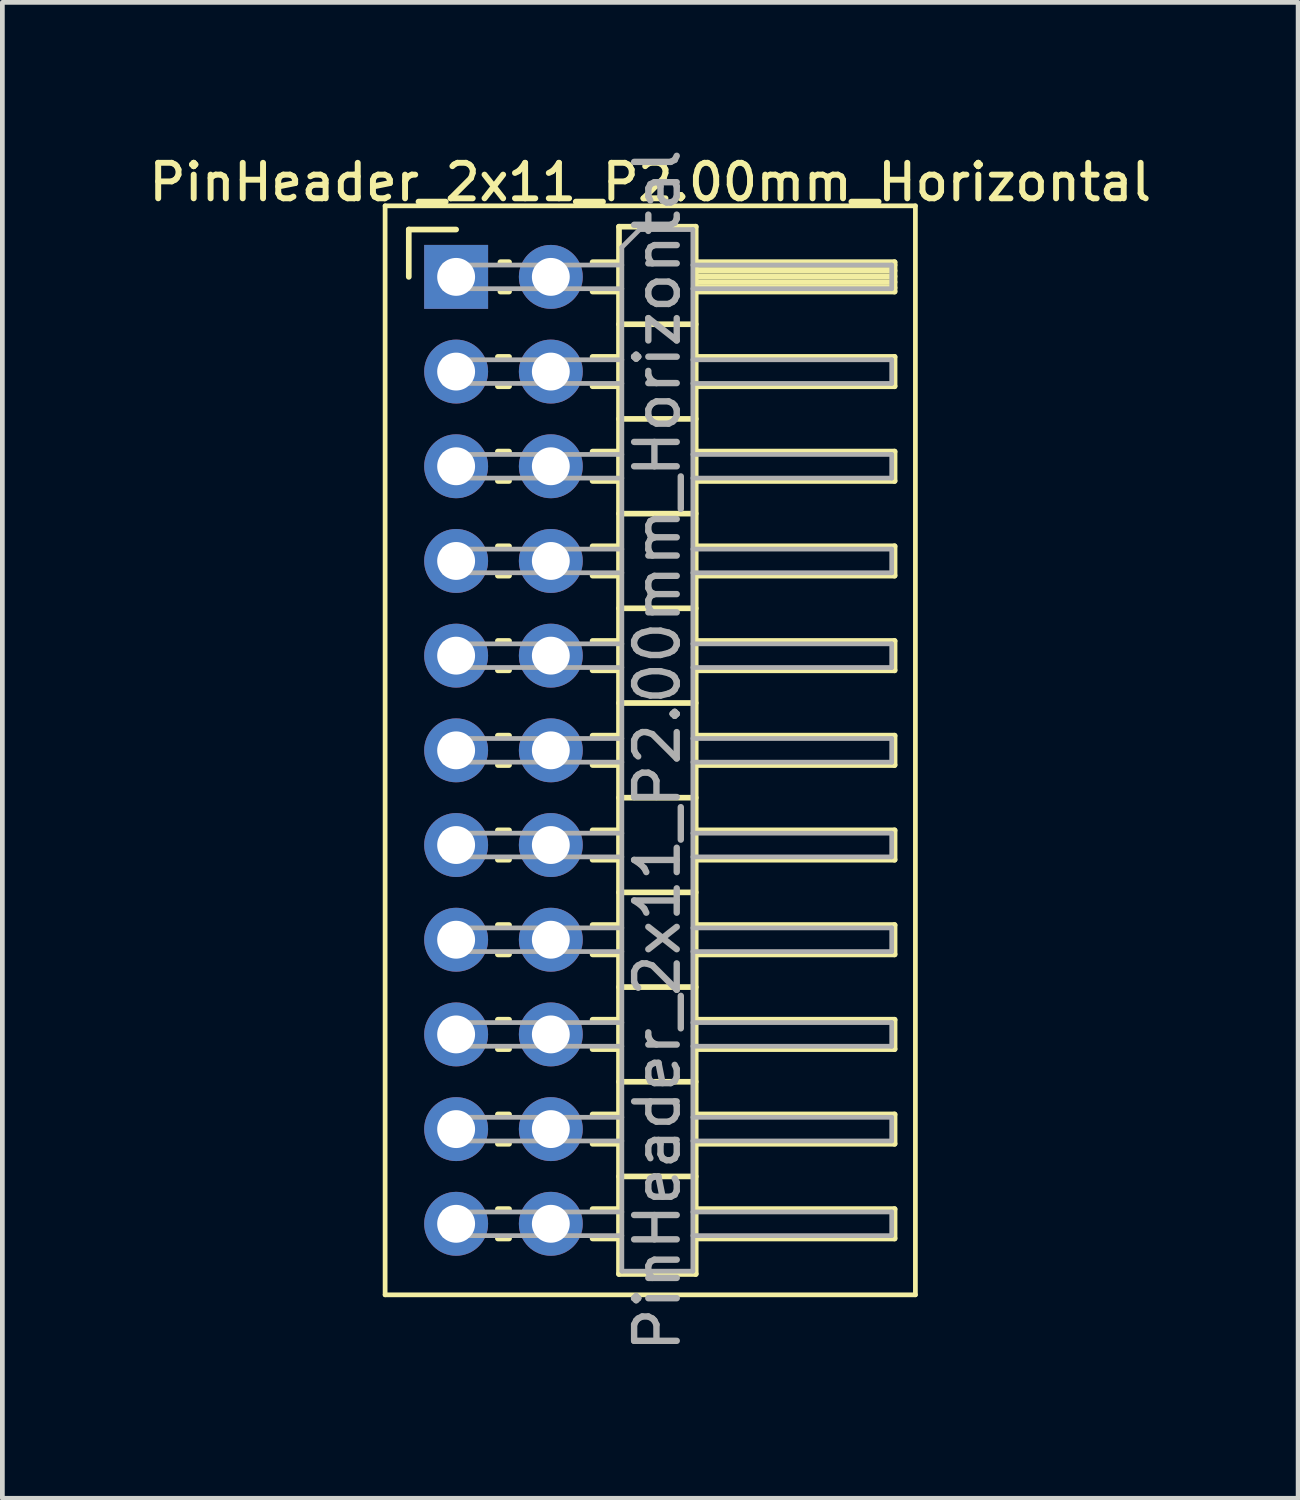
<source format=kicad_pcb>
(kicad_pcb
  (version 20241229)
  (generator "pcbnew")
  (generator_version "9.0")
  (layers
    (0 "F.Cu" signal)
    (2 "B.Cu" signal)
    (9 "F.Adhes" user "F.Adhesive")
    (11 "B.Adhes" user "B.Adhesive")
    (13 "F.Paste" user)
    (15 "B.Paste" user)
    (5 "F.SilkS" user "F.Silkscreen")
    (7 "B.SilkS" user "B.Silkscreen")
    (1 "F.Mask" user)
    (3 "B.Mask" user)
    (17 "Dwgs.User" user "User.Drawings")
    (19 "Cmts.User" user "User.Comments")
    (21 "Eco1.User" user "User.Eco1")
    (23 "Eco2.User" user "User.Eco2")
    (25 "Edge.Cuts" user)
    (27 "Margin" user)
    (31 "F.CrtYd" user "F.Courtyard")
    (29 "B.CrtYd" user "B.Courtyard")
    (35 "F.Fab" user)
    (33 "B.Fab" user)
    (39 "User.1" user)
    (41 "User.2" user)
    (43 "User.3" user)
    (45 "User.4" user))
  (footprint "PinHeader_2x11_P2.00mm_Horizontal"
    (layer "F.Cu")
    (at 6.584 2.798)
    (property "Reference" "PinHeader_2x11_P2.00mm_Horizontal" (at 4.1 -2 0) (layer "F.SilkS") (effects (font (size 0.75 0.75) (thickness 0.125))))
    (attr through_hole)
    (fp_line (start -1.5 -1.5) (end -1.5 21.5) (stroke (width 0.1) (type solid)) (layer "F.SilkS"))
    (fp_line (start -1.5 21.5) (end 9.7 21.5) (stroke (width 0.1) (type solid)) (layer "F.SilkS"))
    (fp_line (start -1 -1) (end 0 -1) (stroke (width 0.12) (type solid)) (layer "F.SilkS"))
    (fp_line (start -1 0) (end -1 -1) (stroke (width 0.12) (type solid)) (layer "F.SilkS"))
    (fp_line (start 0.882 1.69) (end 1.118 1.69) (stroke (width 0.12) (type solid)) (layer "F.SilkS"))
    (fp_line (start 0.882 2.31) (end 1.118 2.31) (stroke (width 0.12) (type solid)) (layer "F.SilkS"))
    (fp_line (start 0.882 3.69) (end 1.118 3.69) (stroke (width 0.12) (type solid)) (layer "F.SilkS"))
    (fp_line (start 0.882 4.31) (end 1.118 4.31) (stroke (width 0.12) (type solid)) (layer "F.SilkS"))
    (fp_line (start 0.882 5.69) (end 1.118 5.69) (stroke (width 0.12) (type solid)) (layer "F.SilkS"))
    (fp_line (start 0.882 6.31) (end 1.118 6.31) (stroke (width 0.12) (type solid)) (layer "F.SilkS"))
    (fp_line (start 0.882 7.69) (end 1.118 7.69) (stroke (width 0.12) (type solid)) (layer "F.SilkS"))
    (fp_line (start 0.882 8.31) (end 1.118 8.31) (stroke (width 0.12) (type solid)) (layer "F.SilkS"))
    (fp_line (start 0.882 9.69) (end 1.118 9.69) (stroke (width 0.12) (type solid)) (layer "F.SilkS"))
    (fp_line (start 0.882 10.31) (end 1.118 10.31) (stroke (width 0.12) (type solid)) (layer "F.SilkS"))
    (fp_line (start 0.882 11.69) (end 1.118 11.69) (stroke (width 0.12) (type solid)) (layer "F.SilkS"))
    (fp_line (start 0.882 12.31) (end 1.118 12.31) (stroke (width 0.12) (type solid)) (layer "F.SilkS"))
    (fp_line (start 0.882 13.69) (end 1.118 13.69) (stroke (width 0.12) (type solid)) (layer "F.SilkS"))
    (fp_line (start 0.882 14.31) (end 1.118 14.31) (stroke (width 0.12) (type solid)) (layer "F.SilkS"))
    (fp_line (start 0.882 15.69) (end 1.118 15.69) (stroke (width 0.12) (type solid)) (layer "F.SilkS"))
    (fp_line (start 0.882 16.31) (end 1.118 16.31) (stroke (width 0.12) (type solid)) (layer "F.SilkS"))
    (fp_line (start 0.882 17.69) (end 1.118 17.69) (stroke (width 0.12) (type solid)) (layer "F.SilkS"))
    (fp_line (start 0.882 18.31) (end 1.118 18.31) (stroke (width 0.12) (type solid)) (layer "F.SilkS"))
    (fp_line (start 0.882 19.69) (end 1.118 19.69) (stroke (width 0.12) (type solid)) (layer "F.SilkS"))
    (fp_line (start 0.882 20.31) (end 1.118 20.31) (stroke (width 0.12) (type solid)) (layer "F.SilkS"))
    (fp_line (start 0.935 -0.31) (end 1.118 -0.31) (stroke (width 0.12) (type solid)) (layer "F.SilkS"))
    (fp_line (start 0.935 0.31) (end 1.118 0.31) (stroke (width 0.12) (type solid)) (layer "F.SilkS"))
    (fp_line (start 2.882 -0.31) (end 3.44 -0.31) (stroke (width 0.12) (type solid)) (layer "F.SilkS"))
    (fp_line (start 2.882 0.31) (end 3.44 0.31) (stroke (width 0.12) (type solid)) (layer "F.SilkS"))
    (fp_line (start 2.882 1.69) (end 3.44 1.69) (stroke (width 0.12) (type solid)) (layer "F.SilkS"))
    (fp_line (start 2.882 2.31) (end 3.44 2.31) (stroke (width 0.12) (type solid)) (layer "F.SilkS"))
    (fp_line (start 2.882 3.69) (end 3.44 3.69) (stroke (width 0.12) (type solid)) (layer "F.SilkS"))
    (fp_line (start 2.882 4.31) (end 3.44 4.31) (stroke (width 0.12) (type solid)) (layer "F.SilkS"))
    (fp_line (start 2.882 5.69) (end 3.44 5.69) (stroke (width 0.12) (type solid)) (layer "F.SilkS"))
    (fp_line (start 2.882 6.31) (end 3.44 6.31) (stroke (width 0.12) (type solid)) (layer "F.SilkS"))
    (fp_line (start 2.882 7.69) (end 3.44 7.69) (stroke (width 0.12) (type solid)) (layer "F.SilkS"))
    (fp_line (start 2.882 8.31) (end 3.44 8.31) (stroke (width 0.12) (type solid)) (layer "F.SilkS"))
    (fp_line (start 2.882 9.69) (end 3.44 9.69) (stroke (width 0.12) (type solid)) (layer "F.SilkS"))
    (fp_line (start 2.882 10.31) (end 3.44 10.31) (stroke (width 0.12) (type solid)) (layer "F.SilkS"))
    (fp_line (start 2.882 11.69) (end 3.44 11.69) (stroke (width 0.12) (type solid)) (layer "F.SilkS"))
    (fp_line (start 2.882 12.31) (end 3.44 12.31) (stroke (width 0.12) (type solid)) (layer "F.SilkS"))
    (fp_line (start 2.882 13.69) (end 3.44 13.69) (stroke (width 0.12) (type solid)) (layer "F.SilkS"))
    (fp_line (start 2.882 14.31) (end 3.44 14.31) (stroke (width 0.12) (type solid)) (layer "F.SilkS"))
    (fp_line (start 2.882 15.69) (end 3.44 15.69) (stroke (width 0.12) (type solid)) (layer "F.SilkS"))
    (fp_line (start 2.882 16.31) (end 3.44 16.31) (stroke (width 0.12) (type solid)) (layer "F.SilkS"))
    (fp_line (start 2.882 17.69) (end 3.44 17.69) (stroke (width 0.12) (type solid)) (layer "F.SilkS"))
    (fp_line (start 2.882 18.31) (end 3.44 18.31) (stroke (width 0.12) (type solid)) (layer "F.SilkS"))
    (fp_line (start 2.882 19.69) (end 3.44 19.69) (stroke (width 0.12) (type solid)) (layer "F.SilkS"))
    (fp_line (start 2.882 20.31) (end 3.44 20.31) (stroke (width 0.12) (type solid)) (layer "F.SilkS"))
    (fp_line (start 3.44 -1.06) (end 3.44 21.06) (stroke (width 0.12) (type solid)) (layer "F.SilkS"))
    (fp_line (start 3.44 1) (end 5.06 1) (stroke (width 0.12) (type solid)) (layer "F.SilkS"))
    (fp_line (start 3.44 3) (end 5.06 3) (stroke (width 0.12) (type solid)) (layer "F.SilkS"))
    (fp_line (start 3.44 5) (end 5.06 5) (stroke (width 0.12) (type solid)) (layer "F.SilkS"))
    (fp_line (start 3.44 7) (end 5.06 7) (stroke (width 0.12) (type solid)) (layer "F.SilkS"))
    (fp_line (start 3.44 9) (end 5.06 9) (stroke (width 0.12) (type solid)) (layer "F.SilkS"))
    (fp_line (start 3.44 11) (end 5.06 11) (stroke (width 0.12) (type solid)) (layer "F.SilkS"))
    (fp_line (start 3.44 13) (end 5.06 13) (stroke (width 0.12) (type solid)) (layer "F.SilkS"))
    (fp_line (start 3.44 15) (end 5.06 15) (stroke (width 0.12) (type solid)) (layer "F.SilkS"))
    (fp_line (start 3.44 17) (end 5.06 17) (stroke (width 0.12) (type solid)) (layer "F.SilkS"))
    (fp_line (start 3.44 19) (end 5.06 19) (stroke (width 0.12) (type solid)) (layer "F.SilkS"))
    (fp_line (start 3.44 21.06) (end 5.06 21.06) (stroke (width 0.12) (type solid)) (layer "F.SilkS"))
    (fp_line (start 5.06 -1.06) (end 3.44 -1.06) (stroke (width 0.12) (type solid)) (layer "F.SilkS"))
    (fp_line (start 5.06 -0.31) (end 9.26 -0.31) (stroke (width 0.12) (type solid)) (layer "F.SilkS"))
    (fp_line (start 5.06 -0.25) (end 9.26 -0.25) (stroke (width 0.12) (type solid)) (layer "F.SilkS"))
    (fp_line (start 5.06 -0.13) (end 9.26 -0.13) (stroke (width 0.12) (type solid)) (layer "F.SilkS"))
    (fp_line (start 5.06 -0.01) (end 9.26 -0.01) (stroke (width 0.12) (type solid)) (layer "F.SilkS"))
    (fp_line (start 5.06 0.11) (end 9.26 0.11) (stroke (width 0.12) (type solid)) (layer "F.SilkS"))
    (fp_line (start 5.06 0.23) (end 9.26 0.23) (stroke (width 0.12) (type solid)) (layer "F.SilkS"))
    (fp_line (start 5.06 1.69) (end 9.26 1.69) (stroke (width 0.12) (type solid)) (layer "F.SilkS"))
    (fp_line (start 5.06 3.69) (end 9.26 3.69) (stroke (width 0.12) (type solid)) (layer "F.SilkS"))
    (fp_line (start 5.06 5.69) (end 9.26 5.69) (stroke (width 0.12) (type solid)) (layer "F.SilkS"))
    (fp_line (start 5.06 7.69) (end 9.26 7.69) (stroke (width 0.12) (type solid)) (layer "F.SilkS"))
    (fp_line (start 5.06 9.69) (end 9.26 9.69) (stroke (width 0.12) (type solid)) (layer "F.SilkS"))
    (fp_line (start 5.06 11.69) (end 9.26 11.69) (stroke (width 0.12) (type solid)) (layer "F.SilkS"))
    (fp_line (start 5.06 13.69) (end 9.26 13.69) (stroke (width 0.12) (type solid)) (layer "F.SilkS"))
    (fp_line (start 5.06 15.69) (end 9.26 15.69) (stroke (width 0.12) (type solid)) (layer "F.SilkS"))
    (fp_line (start 5.06 17.69) (end 9.26 17.69) (stroke (width 0.12) (type solid)) (layer "F.SilkS"))
    (fp_line (start 5.06 19.69) (end 9.26 19.69) (stroke (width 0.12) (type solid)) (layer "F.SilkS"))
    (fp_line (start 5.06 21.06) (end 5.06 -1.06) (stroke (width 0.12) (type solid)) (layer "F.SilkS"))
    (fp_line (start 9.26 -0.31) (end 9.26 0.31) (stroke (width 0.12) (type solid)) (layer "F.SilkS"))
    (fp_line (start 9.26 0.31) (end 5.06 0.31) (stroke (width 0.12) (type solid)) (layer "F.SilkS"))
    (fp_line (start 9.26 1.69) (end 9.26 2.31) (stroke (width 0.12) (type solid)) (layer "F.SilkS"))
    (fp_line (start 9.26 2.31) (end 5.06 2.31) (stroke (width 0.12) (type solid)) (layer "F.SilkS"))
    (fp_line (start 9.26 3.69) (end 9.26 4.31) (stroke (width 0.12) (type solid)) (layer "F.SilkS"))
    (fp_line (start 9.26 4.31) (end 5.06 4.31) (stroke (width 0.12) (type solid)) (layer "F.SilkS"))
    (fp_line (start 9.26 5.69) (end 9.26 6.31) (stroke (width 0.12) (type solid)) (layer "F.SilkS"))
    (fp_line (start 9.26 6.31) (end 5.06 6.31) (stroke (width 0.12) (type solid)) (layer "F.SilkS"))
    (fp_line (start 9.26 7.69) (end 9.26 8.31) (stroke (width 0.12) (type solid)) (layer "F.SilkS"))
    (fp_line (start 9.26 8.31) (end 5.06 8.31) (stroke (width 0.12) (type solid)) (layer "F.SilkS"))
    (fp_line (start 9.26 9.69) (end 9.26 10.31) (stroke (width 0.12) (type solid)) (layer "F.SilkS"))
    (fp_line (start 9.26 10.31) (end 5.06 10.31) (stroke (width 0.12) (type solid)) (layer "F.SilkS"))
    (fp_line (start 9.26 11.69) (end 9.26 12.31) (stroke (width 0.12) (type solid)) (layer "F.SilkS"))
    (fp_line (start 9.26 12.31) (end 5.06 12.31) (stroke (width 0.12) (type solid)) (layer "F.SilkS"))
    (fp_line (start 9.26 13.69) (end 9.26 14.31) (stroke (width 0.12) (type solid)) (layer "F.SilkS"))
    (fp_line (start 9.26 14.31) (end 5.06 14.31) (stroke (width 0.12) (type solid)) (layer "F.SilkS"))
    (fp_line (start 9.26 15.69) (end 9.26 16.31) (stroke (width 0.12) (type solid)) (layer "F.SilkS"))
    (fp_line (start 9.26 16.31) (end 5.06 16.31) (stroke (width 0.12) (type solid)) (layer "F.SilkS"))
    (fp_line (start 9.26 17.69) (end 9.26 18.31) (stroke (width 0.12) (type solid)) (layer "F.SilkS"))
    (fp_line (start 9.26 18.31) (end 5.06 18.31) (stroke (width 0.12) (type solid)) (layer "F.SilkS"))
    (fp_line (start 9.26 19.69) (end 9.26 20.31) (stroke (width 0.12) (type solid)) (layer "F.SilkS"))
    (fp_line (start 9.26 20.31) (end 5.06 20.31) (stroke (width 0.12) (type solid)) (layer "F.SilkS"))
    (fp_line (start 9.7 -1.5) (end -1.5 -1.5) (stroke (width 0.1) (type solid)) (layer "F.SilkS"))
    (fp_line (start 9.7 21.5) (end 9.7 -1.5) (stroke (width 0.1) (type solid)) (layer "F.SilkS"))
    (fp_line (start -0.25 -0.25) (end -0.25 0.25) (stroke (width 0.1) (type solid)) (layer "F.Fab"))
    (fp_line (start -0.25 -0.25) (end 3.5 -0.25) (stroke (width 0.1) (type solid)) (layer "F.Fab"))
    (fp_line (start -0.25 0.25) (end 3.5 0.25) (stroke (width 0.1) (type solid)) (layer "F.Fab"))
    (fp_line (start -0.25 1.75) (end -0.25 2.25) (stroke (width 0.1) (type solid)) (layer "F.Fab"))
    (fp_line (start -0.25 1.75) (end 3.5 1.75) (stroke (width 0.1) (type solid)) (layer "F.Fab"))
    (fp_line (start -0.25 2.25) (end 3.5 2.25) (stroke (width 0.1) (type solid)) (layer "F.Fab"))
    (fp_line (start -0.25 3.75) (end -0.25 4.25) (stroke (width 0.1) (type solid)) (layer "F.Fab"))
    (fp_line (start -0.25 3.75) (end 3.5 3.75) (stroke (width 0.1) (type solid)) (layer "F.Fab"))
    (fp_line (start -0.25 4.25) (end 3.5 4.25) (stroke (width 0.1) (type solid)) (layer "F.Fab"))
    (fp_line (start -0.25 5.75) (end -0.25 6.25) (stroke (width 0.1) (type solid)) (layer "F.Fab"))
    (fp_line (start -0.25 5.75) (end 3.5 5.75) (stroke (width 0.1) (type solid)) (layer "F.Fab"))
    (fp_line (start -0.25 6.25) (end 3.5 6.25) (stroke (width 0.1) (type solid)) (layer "F.Fab"))
    (fp_line (start -0.25 7.75) (end -0.25 8.25) (stroke (width 0.1) (type solid)) (layer "F.Fab"))
    (fp_line (start -0.25 7.75) (end 3.5 7.75) (stroke (width 0.1) (type solid)) (layer "F.Fab"))
    (fp_line (start -0.25 8.25) (end 3.5 8.25) (stroke (width 0.1) (type solid)) (layer "F.Fab"))
    (fp_line (start -0.25 9.75) (end -0.25 10.25) (stroke (width 0.1) (type solid)) (layer "F.Fab"))
    (fp_line (start -0.25 9.75) (end 3.5 9.75) (stroke (width 0.1) (type solid)) (layer "F.Fab"))
    (fp_line (start -0.25 10.25) (end 3.5 10.25) (stroke (width 0.1) (type solid)) (layer "F.Fab"))
    (fp_line (start -0.25 11.75) (end -0.25 12.25) (stroke (width 0.1) (type solid)) (layer "F.Fab"))
    (fp_line (start -0.25 11.75) (end 3.5 11.75) (stroke (width 0.1) (type solid)) (layer "F.Fab"))
    (fp_line (start -0.25 12.25) (end 3.5 12.25) (stroke (width 0.1) (type solid)) (layer "F.Fab"))
    (fp_line (start -0.25 13.75) (end -0.25 14.25) (stroke (width 0.1) (type solid)) (layer "F.Fab"))
    (fp_line (start -0.25 13.75) (end 3.5 13.75) (stroke (width 0.1) (type solid)) (layer "F.Fab"))
    (fp_line (start -0.25 14.25) (end 3.5 14.25) (stroke (width 0.1) (type solid)) (layer "F.Fab"))
    (fp_line (start -0.25 15.75) (end -0.25 16.25) (stroke (width 0.1) (type solid)) (layer "F.Fab"))
    (fp_line (start -0.25 15.75) (end 3.5 15.75) (stroke (width 0.1) (type solid)) (layer "F.Fab"))
    (fp_line (start -0.25 16.25) (end 3.5 16.25) (stroke (width 0.1) (type solid)) (layer "F.Fab"))
    (fp_line (start -0.25 17.75) (end -0.25 18.25) (stroke (width 0.1) (type solid)) (layer "F.Fab"))
    (fp_line (start -0.25 17.75) (end 3.5 17.75) (stroke (width 0.1) (type solid)) (layer "F.Fab"))
    (fp_line (start -0.25 18.25) (end 3.5 18.25) (stroke (width 0.1) (type solid)) (layer "F.Fab"))
    (fp_line (start -0.25 19.75) (end -0.25 20.25) (stroke (width 0.1) (type solid)) (layer "F.Fab"))
    (fp_line (start -0.25 19.75) (end 3.5 19.75) (stroke (width 0.1) (type solid)) (layer "F.Fab"))
    (fp_line (start -0.25 20.25) (end 3.5 20.25) (stroke (width 0.1) (type solid)) (layer "F.Fab"))
    (fp_line (start 3.5 -0.625) (end 3.875 -1) (stroke (width 0.1) (type solid)) (layer "F.Fab"))
    (fp_line (start 3.5 21) (end 3.5 -0.625) (stroke (width 0.1) (type solid)) (layer "F.Fab"))
    (fp_line (start 3.875 -1) (end 5 -1) (stroke (width 0.1) (type solid)) (layer "F.Fab"))
    (fp_line (start 5 -1) (end 5 21) (stroke (width 0.1) (type solid)) (layer "F.Fab"))
    (fp_line (start 5 -0.25) (end 9.2 -0.25) (stroke (width 0.1) (type solid)) (layer "F.Fab"))
    (fp_line (start 5 0.25) (end 9.2 0.25) (stroke (width 0.1) (type solid)) (layer "F.Fab"))
    (fp_line (start 5 1.75) (end 9.2 1.75) (stroke (width 0.1) (type solid)) (layer "F.Fab"))
    (fp_line (start 5 2.25) (end 9.2 2.25) (stroke (width 0.1) (type solid)) (layer "F.Fab"))
    (fp_line (start 5 3.75) (end 9.2 3.75) (stroke (width 0.1) (type solid)) (layer "F.Fab"))
    (fp_line (start 5 4.25) (end 9.2 4.25) (stroke (width 0.1) (type solid)) (layer "F.Fab"))
    (fp_line (start 5 5.75) (end 9.2 5.75) (stroke (width 0.1) (type solid)) (layer "F.Fab"))
    (fp_line (start 5 6.25) (end 9.2 6.25) (stroke (width 0.1) (type solid)) (layer "F.Fab"))
    (fp_line (start 5 7.75) (end 9.2 7.75) (stroke (width 0.1) (type solid)) (layer "F.Fab"))
    (fp_line (start 5 8.25) (end 9.2 8.25) (stroke (width 0.1) (type solid)) (layer "F.Fab"))
    (fp_line (start 5 9.75) (end 9.2 9.75) (stroke (width 0.1) (type solid)) (layer "F.Fab"))
    (fp_line (start 5 10.25) (end 9.2 10.25) (stroke (width 0.1) (type solid)) (layer "F.Fab"))
    (fp_line (start 5 11.75) (end 9.2 11.75) (stroke (width 0.1) (type solid)) (layer "F.Fab"))
    (fp_line (start 5 12.25) (end 9.2 12.25) (stroke (width 0.1) (type solid)) (layer "F.Fab"))
    (fp_line (start 5 13.75) (end 9.2 13.75) (stroke (width 0.1) (type solid)) (layer "F.Fab"))
    (fp_line (start 5 14.25) (end 9.2 14.25) (stroke (width 0.1) (type solid)) (layer "F.Fab"))
    (fp_line (start 5 15.75) (end 9.2 15.75) (stroke (width 0.1) (type solid)) (layer "F.Fab"))
    (fp_line (start 5 16.25) (end 9.2 16.25) (stroke (width 0.1) (type solid)) (layer "F.Fab"))
    (fp_line (start 5 17.75) (end 9.2 17.75) (stroke (width 0.1) (type solid)) (layer "F.Fab"))
    (fp_line (start 5 18.25) (end 9.2 18.25) (stroke (width 0.1) (type solid)) (layer "F.Fab"))
    (fp_line (start 5 19.75) (end 9.2 19.75) (stroke (width 0.1) (type solid)) (layer "F.Fab"))
    (fp_line (start 5 20.25) (end 9.2 20.25) (stroke (width 0.1) (type solid)) (layer "F.Fab"))
    (fp_line (start 5 21) (end 3.5 21) (stroke (width 0.1) (type solid)) (layer "F.Fab"))
    (fp_line (start 9.2 -0.25) (end 9.2 0.25) (stroke (width 0.1) (type solid)) (layer "F.Fab"))
    (fp_line (start 9.2 1.75) (end 9.2 2.25) (stroke (width 0.1) (type solid)) (layer "F.Fab"))
    (fp_line (start 9.2 3.75) (end 9.2 4.25) (stroke (width 0.1) (type solid)) (layer "F.Fab"))
    (fp_line (start 9.2 5.75) (end 9.2 6.25) (stroke (width 0.1) (type solid)) (layer "F.Fab"))
    (fp_line (start 9.2 7.75) (end 9.2 8.25) (stroke (width 0.1) (type solid)) (layer "F.Fab"))
    (fp_line (start 9.2 9.75) (end 9.2 10.25) (stroke (width 0.1) (type solid)) (layer "F.Fab"))
    (fp_line (start 9.2 11.75) (end 9.2 12.25) (stroke (width 0.1) (type solid)) (layer "F.Fab"))
    (fp_line (start 9.2 13.75) (end 9.2 14.25) (stroke (width 0.1) (type solid)) (layer "F.Fab"))
    (fp_line (start 9.2 15.75) (end 9.2 16.25) (stroke (width 0.1) (type solid)) (layer "F.Fab"))
    (fp_line (start 9.2 17.75) (end 9.2 18.25) (stroke (width 0.1) (type solid)) (layer "F.Fab"))
    (fp_line (start 9.2 19.75) (end 9.2 20.25) (stroke (width 0.1) (type solid)) (layer "F.Fab"))
    (fp_text user "${REFERENCE}" (at 4.25 10 90) (layer "F.Fab") (effects (font (size 0.9 0.9) (thickness 0.135))))
    (pad "1" thru_hole rect (at 0 0) (size 1.35 1.35) (drill 0.8) (layers "*.Cu" "*.Mask"))
    (pad "2" thru_hole oval (at 2 0) (size 1.35 1.35) (drill 0.8) (layers "*.Cu" "*.Mask"))
    (pad "3" thru_hole oval (at 0 2) (size 1.35 1.35) (drill 0.8) (layers "*.Cu" "*.Mask"))
    (pad "4" thru_hole oval (at 2 2) (size 1.35 1.35) (drill 0.8) (layers "*.Cu" "*.Mask"))
    (pad "5" thru_hole oval (at 0 4) (size 1.35 1.35) (drill 0.8) (layers "*.Cu" "*.Mask"))
    (pad "6" thru_hole oval (at 2 4) (size 1.35 1.35) (drill 0.8) (layers "*.Cu" "*.Mask"))
    (pad "7" thru_hole oval (at 0 6) (size 1.35 1.35) (drill 0.8) (layers "*.Cu" "*.Mask"))
    (pad "8" thru_hole oval (at 2 6) (size 1.35 1.35) (drill 0.8) (layers "*.Cu" "*.Mask"))
    (pad "9" thru_hole oval (at 0 8) (size 1.35 1.35) (drill 0.8) (layers "*.Cu" "*.Mask"))
    (pad "10" thru_hole oval (at 2 8) (size 1.35 1.35) (drill 0.8) (layers "*.Cu" "*.Mask"))
    (pad "11" thru_hole oval (at 0 10) (size 1.35 1.35) (drill 0.8) (layers "*.Cu" "*.Mask"))
    (pad "12" thru_hole oval (at 2 10) (size 1.35 1.35) (drill 0.8) (layers "*.Cu" "*.Mask"))
    (pad "13" thru_hole oval (at 0 12) (size 1.35 1.35) (drill 0.8) (layers "*.Cu" "*.Mask"))
    (pad "14" thru_hole oval (at 2 12) (size 1.35 1.35) (drill 0.8) (layers "*.Cu" "*.Mask"))
    (pad "15" thru_hole oval (at 0 14) (size 1.35 1.35) (drill 0.8) (layers "*.Cu" "*.Mask"))
    (pad "16" thru_hole oval (at 2 14) (size 1.35 1.35) (drill 0.8) (layers "*.Cu" "*.Mask"))
    (pad "17" thru_hole oval (at 0 16) (size 1.35 1.35) (drill 0.8) (layers "*.Cu" "*.Mask"))
    (pad "18" thru_hole oval (at 2 16) (size 1.35 1.35) (drill 0.8) (layers "*.Cu" "*.Mask"))
    (pad "19" thru_hole oval (at 0 18) (size 1.35 1.35) (drill 0.8) (layers "*.Cu" "*.Mask"))
    (pad "20" thru_hole oval (at 2 18) (size 1.35 1.35) (drill 0.8) (layers "*.Cu" "*.Mask"))
    (pad "21" thru_hole oval (at 0 20) (size 1.35 1.35) (drill 0.8) (layers "*.Cu" "*.Mask"))
    (pad "22" thru_hole oval (at 2 20) (size 1.35 1.35) (drill 0.8) (layers "*.Cu" "*.Mask")))
  (gr_rect
    (start -3 -3)
    (end 24.368 28.596)
    (stroke (width 0.1) (type default))
    (fill no)
    (layer "Edge.Cuts")))
</source>
